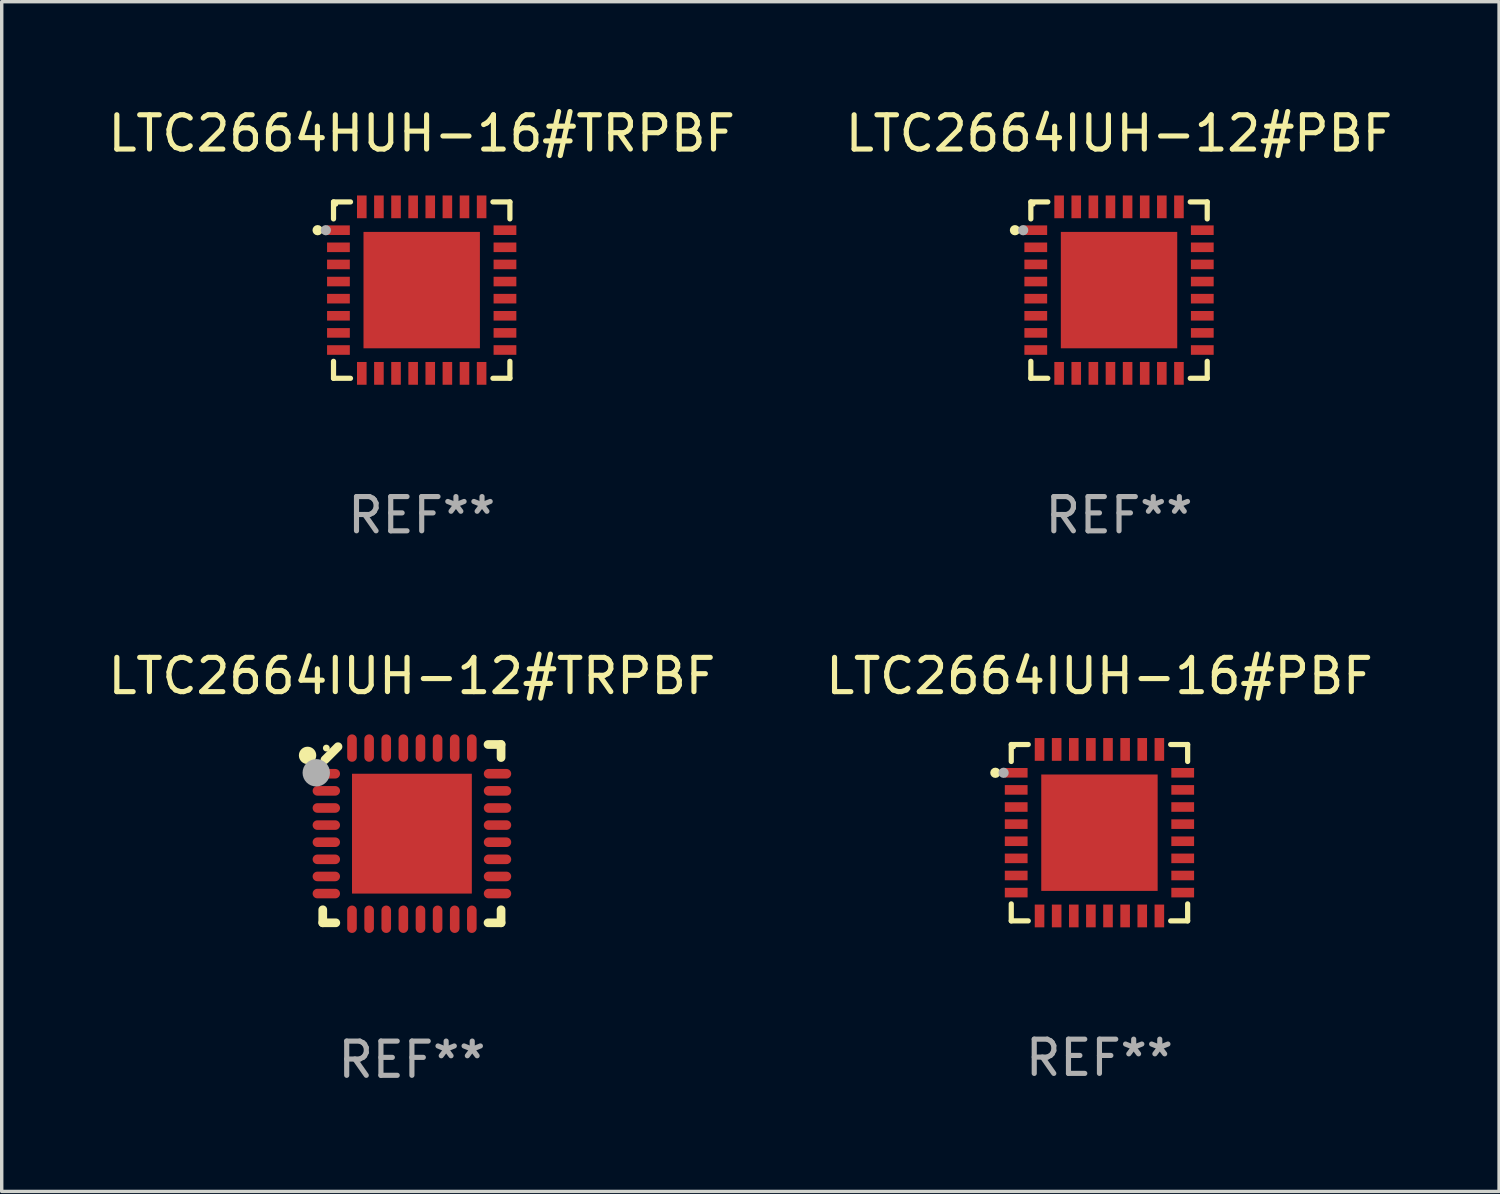
<source format=kicad_pcb>
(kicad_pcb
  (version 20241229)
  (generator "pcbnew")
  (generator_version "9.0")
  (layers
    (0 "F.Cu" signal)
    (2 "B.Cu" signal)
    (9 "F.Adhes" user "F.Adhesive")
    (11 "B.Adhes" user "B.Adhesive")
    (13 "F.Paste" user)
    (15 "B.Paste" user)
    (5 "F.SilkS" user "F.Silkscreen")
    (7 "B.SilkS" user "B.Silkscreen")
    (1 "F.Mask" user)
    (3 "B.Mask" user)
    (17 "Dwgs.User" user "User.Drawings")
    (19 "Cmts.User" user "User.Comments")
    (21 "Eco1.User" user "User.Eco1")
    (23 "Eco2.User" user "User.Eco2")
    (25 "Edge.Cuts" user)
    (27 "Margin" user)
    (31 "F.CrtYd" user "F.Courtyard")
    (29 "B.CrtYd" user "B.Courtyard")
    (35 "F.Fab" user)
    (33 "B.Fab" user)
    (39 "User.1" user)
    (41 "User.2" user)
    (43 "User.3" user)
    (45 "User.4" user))
  (footprint "LTC2664IUH-16#PBF"
    (layer "F.Cu")
    (at 29.065 21.273)
    (property "Reference" "LTC2664IUH-16#PBF" (at 0 -4.576 0) (layer "F.SilkS") (effects (font (size 1 1) (thickness 0.15))))
    (attr through_hole)
    (fp_line (start -2.576 -2.576) (end -2.576 -2.08) (stroke (width 0.152) (type solid)) (layer "F.SilkS"))
    (fp_line (start -2.576 2.576) (end -2.576 2.08) (stroke (width 0.152) (type solid)) (layer "F.SilkS"))
    (fp_line (start -2.08 -2.576) (end -2.576 -2.576) (stroke (width 0.152) (type solid)) (layer "F.SilkS"))
    (fp_line (start -2.08 2.576) (end -2.576 2.576) (stroke (width 0.152) (type solid)) (layer "F.SilkS"))
    (fp_line (start 2.08 -2.576) (end 2.576 -2.576) (stroke (width 0.152) (type solid)) (layer "F.SilkS"))
    (fp_line (start 2.08 2.576) (end 2.576 2.576) (stroke (width 0.152) (type solid)) (layer "F.SilkS"))
    (fp_line (start 2.576 -2.576) (end 2.576 -2.08) (stroke (width 0.152) (type solid)) (layer "F.SilkS"))
    (fp_line (start 2.576 2.576) (end 2.576 2.08) (stroke (width 0.152) (type solid)) (layer "F.SilkS"))
    (fp_circle (center -3.04 -1.75) (end -2.965 -1.75) (stroke (width 0.15) (type solid)) (fill no) (layer "F.SilkS"))
    (fp_circle (center -2.5 -2.5) (end -2.47 -2.5) (stroke (width 0.06) (type solid)) (fill no) (layer "F.SilkS"))
    (fp_circle (center -2.8 -1.75) (end -2.725 -1.75) (stroke (width 0.15) (type solid)) (fill no) (layer "F.Fab"))
    (fp_text user "REF**" (at 0 6.576 0) (layer "F.Fab") (effects (font (size 1 1) (thickness 0.15))))
    (pad "1" smd rect (at -2.432 -1.75) (size 0.665 0.28) (layers "F.Cu" "F.Mask" "F.Paste"))
    (pad "2" smd rect (at -2.432 -1.25) (size 0.665 0.28) (layers "F.Cu" "F.Mask" "F.Paste"))
    (pad "3" smd rect (at -2.432 -0.75) (size 0.665 0.28) (layers "F.Cu" "F.Mask" "F.Paste"))
    (pad "4" smd rect (at -2.432 -0.25) (size 0.665 0.28) (layers "F.Cu" "F.Mask" "F.Paste"))
    (pad "5" smd rect (at -2.432 0.25) (size 0.665 0.28) (layers "F.Cu" "F.Mask" "F.Paste"))
    (pad "6" smd rect (at -2.432 0.75) (size 0.665 0.28) (layers "F.Cu" "F.Mask" "F.Paste"))
    (pad "7" smd rect (at -2.432 1.25) (size 0.665 0.28) (layers "F.Cu" "F.Mask" "F.Paste"))
    (pad "8" smd rect (at -2.432 1.75) (size 0.665 0.28) (layers "F.Cu" "F.Mask" "F.Paste"))
    (pad "9" smd rect (at -1.75 2.432) (size 0.28 0.665) (layers "F.Cu" "F.Mask" "F.Paste"))
    (pad "10" smd rect (at -1.25 2.432) (size 0.28 0.665) (layers "F.Cu" "F.Mask" "F.Paste"))
    (pad "11" smd rect (at -0.75 2.432) (size 0.28 0.665) (layers "F.Cu" "F.Mask" "F.Paste"))
    (pad "12" smd rect (at -0.25 2.432) (size 0.28 0.665) (layers "F.Cu" "F.Mask" "F.Paste"))
    (pad "13" smd rect (at 0.25 2.432) (size 0.28 0.665) (layers "F.Cu" "F.Mask" "F.Paste"))
    (pad "14" smd rect (at 0.75 2.432) (size 0.28 0.665) (layers "F.Cu" "F.Mask" "F.Paste"))
    (pad "15" smd rect (at 1.25 2.432) (size 0.28 0.665) (layers "F.Cu" "F.Mask" "F.Paste"))
    (pad "16" smd rect (at 1.75 2.432) (size 0.28 0.665) (layers "F.Cu" "F.Mask" "F.Paste"))
    (pad "17" smd rect (at 2.432 1.75) (size 0.665 0.28) (layers "F.Cu" "F.Mask" "F.Paste"))
    (pad "18" smd rect (at 2.432 1.25) (size 0.665 0.28) (layers "F.Cu" "F.Mask" "F.Paste"))
    (pad "19" smd rect (at 2.432 0.75) (size 0.665 0.28) (layers "F.Cu" "F.Mask" "F.Paste"))
    (pad "20" smd rect (at 2.432 0.25) (size 0.665 0.28) (layers "F.Cu" "F.Mask" "F.Paste"))
    (pad "21" smd rect (at 2.432 -0.25) (size 0.665 0.28) (layers "F.Cu" "F.Mask" "F.Paste"))
    (pad "22" smd rect (at 2.432 -0.75) (size 0.665 0.28) (layers "F.Cu" "F.Mask" "F.Paste"))
    (pad "23" smd rect (at 2.432 -1.25) (size 0.665 0.28) (layers "F.Cu" "F.Mask" "F.Paste"))
    (pad "24" smd rect (at 2.432 -1.75) (size 0.665 0.28) (layers "F.Cu" "F.Mask" "F.Paste"))
    (pad "25" smd rect (at 1.75 -2.432) (size 0.28 0.665) (layers "F.Cu" "F.Mask" "F.Paste"))
    (pad "26" smd rect (at 1.25 -2.432) (size 0.28 0.665) (layers "F.Cu" "F.Mask" "F.Paste"))
    (pad "27" smd rect (at 0.75 -2.432) (size 0.28 0.665) (layers "F.Cu" "F.Mask" "F.Paste"))
    (pad "28" smd rect (at 0.25 -2.432) (size 0.28 0.665) (layers "F.Cu" "F.Mask" "F.Paste"))
    (pad "29" smd rect (at -0.25 -2.432) (size 0.28 0.665) (layers "F.Cu" "F.Mask" "F.Paste"))
    (pad "30" smd rect (at -0.75 -2.432) (size 0.28 0.665) (layers "F.Cu" "F.Mask" "F.Paste"))
    (pad "31" smd rect (at -1.25 -2.432) (size 0.28 0.665) (layers "F.Cu" "F.Mask" "F.Paste"))
    (pad "32" smd rect (at -1.75 -2.432) (size 0.28 0.665) (layers "F.Cu" "F.Mask" "F.Paste"))
    (pad "33" smd rect (at 0 0) (size 3.4 3.4) (layers "F.Cu" "F.Mask" "F.Paste")))
  (footprint "LTC2664HUH-16#TRPBF"
    (layer "F.Cu")
    (at 9.268 5.424)
    (property "Reference" "LTC2664HUH-16#TRPBF" (at 0 -4.576 0) (layer "F.SilkS") (effects (font (size 1 1) (thickness 0.15))))
    (attr through_hole)
    (fp_line (start -2.576 -2.576) (end -2.576 -2.08) (stroke (width 0.152) (type solid)) (layer "F.SilkS"))
    (fp_line (start -2.576 2.576) (end -2.576 2.08) (stroke (width 0.152) (type solid)) (layer "F.SilkS"))
    (fp_line (start -2.08 -2.576) (end -2.576 -2.576) (stroke (width 0.152) (type solid)) (layer "F.SilkS"))
    (fp_line (start -2.08 2.576) (end -2.576 2.576) (stroke (width 0.152) (type solid)) (layer "F.SilkS"))
    (fp_line (start 2.08 -2.576) (end 2.576 -2.576) (stroke (width 0.152) (type solid)) (layer "F.SilkS"))
    (fp_line (start 2.08 2.576) (end 2.576 2.576) (stroke (width 0.152) (type solid)) (layer "F.SilkS"))
    (fp_line (start 2.576 -2.576) (end 2.576 -2.08) (stroke (width 0.152) (type solid)) (layer "F.SilkS"))
    (fp_line (start 2.576 2.576) (end 2.576 2.08) (stroke (width 0.152) (type solid)) (layer "F.SilkS"))
    (fp_circle (center -3.04 -1.75) (end -2.965 -1.75) (stroke (width 0.15) (type solid)) (fill no) (layer "F.SilkS"))
    (fp_circle (center -2.5 -2.5) (end -2.47 -2.5) (stroke (width 0.06) (type solid)) (fill no) (layer "F.SilkS"))
    (fp_circle (center -2.8 -1.75) (end -2.725 -1.75) (stroke (width 0.15) (type solid)) (fill no) (layer "F.Fab"))
    (fp_text user "REF**" (at 0 6.576 0) (layer "F.Fab") (effects (font (size 1 1) (thickness 0.15))))
    (pad "1" smd rect (at -2.432 -1.75) (size 0.665 0.28) (layers "F.Cu" "F.Mask" "F.Paste"))
    (pad "2" smd rect (at -2.432 -1.25) (size 0.665 0.28) (layers "F.Cu" "F.Mask" "F.Paste"))
    (pad "3" smd rect (at -2.432 -0.75) (size 0.665 0.28) (layers "F.Cu" "F.Mask" "F.Paste"))
    (pad "4" smd rect (at -2.432 -0.25) (size 0.665 0.28) (layers "F.Cu" "F.Mask" "F.Paste"))
    (pad "5" smd rect (at -2.432 0.25) (size 0.665 0.28) (layers "F.Cu" "F.Mask" "F.Paste"))
    (pad "6" smd rect (at -2.432 0.75) (size 0.665 0.28) (layers "F.Cu" "F.Mask" "F.Paste"))
    (pad "7" smd rect (at -2.432 1.25) (size 0.665 0.28) (layers "F.Cu" "F.Mask" "F.Paste"))
    (pad "8" smd rect (at -2.432 1.75) (size 0.665 0.28) (layers "F.Cu" "F.Mask" "F.Paste"))
    (pad "9" smd rect (at -1.75 2.432) (size 0.28 0.665) (layers "F.Cu" "F.Mask" "F.Paste"))
    (pad "10" smd rect (at -1.25 2.432) (size 0.28 0.665) (layers "F.Cu" "F.Mask" "F.Paste"))
    (pad "11" smd rect (at -0.75 2.432) (size 0.28 0.665) (layers "F.Cu" "F.Mask" "F.Paste"))
    (pad "12" smd rect (at -0.25 2.432) (size 0.28 0.665) (layers "F.Cu" "F.Mask" "F.Paste"))
    (pad "13" smd rect (at 0.25 2.432) (size 0.28 0.665) (layers "F.Cu" "F.Mask" "F.Paste"))
    (pad "14" smd rect (at 0.75 2.432) (size 0.28 0.665) (layers "F.Cu" "F.Mask" "F.Paste"))
    (pad "15" smd rect (at 1.25 2.432) (size 0.28 0.665) (layers "F.Cu" "F.Mask" "F.Paste"))
    (pad "16" smd rect (at 1.75 2.432) (size 0.28 0.665) (layers "F.Cu" "F.Mask" "F.Paste"))
    (pad "17" smd rect (at 2.432 1.75) (size 0.665 0.28) (layers "F.Cu" "F.Mask" "F.Paste"))
    (pad "18" smd rect (at 2.432 1.25) (size 0.665 0.28) (layers "F.Cu" "F.Mask" "F.Paste"))
    (pad "19" smd rect (at 2.432 0.75) (size 0.665 0.28) (layers "F.Cu" "F.Mask" "F.Paste"))
    (pad "20" smd rect (at 2.432 0.25) (size 0.665 0.28) (layers "F.Cu" "F.Mask" "F.Paste"))
    (pad "21" smd rect (at 2.432 -0.25) (size 0.665 0.28) (layers "F.Cu" "F.Mask" "F.Paste"))
    (pad "22" smd rect (at 2.432 -0.75) (size 0.665 0.28) (layers "F.Cu" "F.Mask" "F.Paste"))
    (pad "23" smd rect (at 2.432 -1.25) (size 0.665 0.28) (layers "F.Cu" "F.Mask" "F.Paste"))
    (pad "24" smd rect (at 2.432 -1.75) (size 0.665 0.28) (layers "F.Cu" "F.Mask" "F.Paste"))
    (pad "25" smd rect (at 1.75 -2.432) (size 0.28 0.665) (layers "F.Cu" "F.Mask" "F.Paste"))
    (pad "26" smd rect (at 1.25 -2.432) (size 0.28 0.665) (layers "F.Cu" "F.Mask" "F.Paste"))
    (pad "27" smd rect (at 0.75 -2.432) (size 0.28 0.665) (layers "F.Cu" "F.Mask" "F.Paste"))
    (pad "28" smd rect (at 0.25 -2.432) (size 0.28 0.665) (layers "F.Cu" "F.Mask" "F.Paste"))
    (pad "29" smd rect (at -0.25 -2.432) (size 0.28 0.665) (layers "F.Cu" "F.Mask" "F.Paste"))
    (pad "30" smd rect (at -0.75 -2.432) (size 0.28 0.665) (layers "F.Cu" "F.Mask" "F.Paste"))
    (pad "31" smd rect (at -1.25 -2.432) (size 0.28 0.665) (layers "F.Cu" "F.Mask" "F.Paste"))
    (pad "32" smd rect (at -1.75 -2.432) (size 0.28 0.665) (layers "F.Cu" "F.Mask" "F.Paste"))
    (pad "33" smd rect (at 0 0) (size 3.4 3.4) (layers "F.Cu" "F.Mask" "F.Paste")))
  (footprint "LTC2664IUH-12#TRPBF"
    (layer "F.Cu")
    (at 8.982 21.301)
    (property "Reference" "LTC2664IUH-12#TRPBF" (at 0 -4.604 0) (layer "F.SilkS") (effects (font (size 1 1) (thickness 0.15))))
    (attr through_hole)
    (fp_line (start -2.604 2.223) (end -2.604 2.604) (stroke (width 0.254) (type solid)) (layer "F.SilkS"))
    (fp_line (start -2.604 2.604) (end -2.223 2.604) (stroke (width 0.254) (type solid)) (layer "F.SilkS"))
    (fp_line (start -2.159 -2.54) (end -2.54 -2.159) (stroke (width 0.254) (type solid)) (layer "F.SilkS"))
    (fp_line (start 2.223 2.604) (end 2.604 2.604) (stroke (width 0.254) (type solid)) (layer "F.SilkS"))
    (fp_line (start 2.604 -2.604) (end 2.223 -2.604) (stroke (width 0.254) (type solid)) (layer "F.SilkS"))
    (fp_line (start 2.604 -2.223) (end 2.604 -2.604) (stroke (width 0.254) (type solid)) (layer "F.SilkS"))
    (fp_line (start 2.604 2.604) (end 2.604 2.223) (stroke (width 0.254) (type solid)) (layer "F.SilkS"))
    (fp_circle (center -3.048 -2.286) (end -2.921 -2.286) (stroke (width 0.254) (type solid)) (fill no) (layer "F.SilkS"))
    (fp_circle (center -2.5 -2.5) (end -2.45 -2.5) (stroke (width 0.1) (type solid)) (fill no) (layer "F.SilkS"))
    (fp_circle (center -2.794 -1.778) (end -2.594 -1.778) (stroke (width 0.4) (type solid)) (fill no) (layer "F.Fab"))
    (fp_text user "REF**" (at 0 6.604 0) (layer "F.Fab") (effects (font (size 1 1) (thickness 0.15))))
    (pad "1" smd oval (at -2.5 -1.75) (size 0.8 0.28) (layers "F.Cu" "F.Mask" "F.Paste"))
    (pad "2" smd oval (at -2.5 -1.25) (size 0.8 0.28) (layers "F.Cu" "F.Mask" "F.Paste"))
    (pad "3" smd oval (at -2.5 -0.75) (size 0.8 0.28) (layers "F.Cu" "F.Mask" "F.Paste"))
    (pad "4" smd oval (at -2.5 -0.25) (size 0.8 0.28) (layers "F.Cu" "F.Mask" "F.Paste"))
    (pad "5" smd oval (at -2.5 0.25) (size 0.8 0.28) (layers "F.Cu" "F.Mask" "F.Paste"))
    (pad "6" smd oval (at -2.5 0.75) (size 0.8 0.28) (layers "F.Cu" "F.Mask" "F.Paste"))
    (pad "7" smd oval (at -2.5 1.25) (size 0.8 0.28) (layers "F.Cu" "F.Mask" "F.Paste"))
    (pad "8" smd oval (at -2.5 1.75) (size 0.8 0.28) (layers "F.Cu" "F.Mask" "F.Paste"))
    (pad "9" smd oval (at -1.75 2.5) (size 0.28 0.8) (layers "F.Cu" "F.Mask" "F.Paste"))
    (pad "10" smd oval (at -1.25 2.5) (size 0.28 0.8) (layers "F.Cu" "F.Mask" "F.Paste"))
    (pad "11" smd oval (at -0.75 2.5) (size 0.28 0.8) (layers "F.Cu" "F.Mask" "F.Paste"))
    (pad "12" smd oval (at -0.25 2.5) (size 0.28 0.8) (layers "F.Cu" "F.Mask" "F.Paste"))
    (pad "13" smd oval (at 0.25 2.5) (size 0.28 0.8) (layers "F.Cu" "F.Mask" "F.Paste"))
    (pad "14" smd oval (at 0.75 2.5) (size 0.28 0.8) (layers "F.Cu" "F.Mask" "F.Paste"))
    (pad "15" smd oval (at 1.25 2.5) (size 0.28 0.8) (layers "F.Cu" "F.Mask" "F.Paste"))
    (pad "16" smd oval (at 1.75 2.5) (size 0.28 0.8) (layers "F.Cu" "F.Mask" "F.Paste"))
    (pad "17" smd oval (at 2.5 1.75) (size 0.8 0.28) (layers "F.Cu" "F.Mask" "F.Paste"))
    (pad "18" smd oval (at 2.5 1.25) (size 0.8 0.28) (layers "F.Cu" "F.Mask" "F.Paste"))
    (pad "19" smd oval (at 2.5 0.75) (size 0.8 0.28) (layers "F.Cu" "F.Mask" "F.Paste"))
    (pad "20" smd oval (at 2.5 0.25) (size 0.8 0.28) (layers "F.Cu" "F.Mask" "F.Paste"))
    (pad "21" smd oval (at 2.5 -0.25) (size 0.8 0.28) (layers "F.Cu" "F.Mask" "F.Paste"))
    (pad "22" smd oval (at 2.5 -0.75) (size 0.8 0.28) (layers "F.Cu" "F.Mask" "F.Paste"))
    (pad "23" smd oval (at 2.5 -1.25) (size 0.8 0.28) (layers "F.Cu" "F.Mask" "F.Paste"))
    (pad "24" smd oval (at 2.5 -1.75) (size 0.8 0.28) (layers "F.Cu" "F.Mask" "F.Paste"))
    (pad "25" smd oval (at 1.75 -2.5) (size 0.28 0.8) (layers "F.Cu" "F.Mask" "F.Paste"))
    (pad "26" smd oval (at 1.25 -2.5) (size 0.28 0.8) (layers "F.Cu" "F.Mask" "F.Paste"))
    (pad "27" smd oval (at 0.75 -2.5) (size 0.28 0.8) (layers "F.Cu" "F.Mask" "F.Paste"))
    (pad "28" smd oval (at 0.25 -2.5) (size 0.28 0.8) (layers "F.Cu" "F.Mask" "F.Paste"))
    (pad "29" smd oval (at -0.25 -2.5) (size 0.28 0.8) (layers "F.Cu" "F.Mask" "F.Paste"))
    (pad "30" smd oval (at -0.75 -2.5) (size 0.28 0.8) (layers "F.Cu" "F.Mask" "F.Paste"))
    (pad "31" smd oval (at -1.25 -2.5) (size 0.28 0.8) (layers "F.Cu" "F.Mask" "F.Paste"))
    (pad "32" smd oval (at -1.75 -2.5) (size 0.28 0.8) (layers "F.Cu" "F.Mask" "F.Paste"))
    (pad "33" smd rect (at 0.000076 0.000076) (size 3.5 3.5) (layers "F.Cu" "F.Mask" "F.Paste")))
  (footprint "LTC2664IUH-12#PBF"
    (layer "F.Cu")
    (at 29.637 5.424)
    (property "Reference" "LTC2664IUH-12#PBF" (at 0 -4.576 0) (layer "F.SilkS") (effects (font (size 1 1) (thickness 0.15))))
    (attr through_hole)
    (fp_line (start -2.576 -2.576) (end -2.576 -2.08) (stroke (width 0.152) (type solid)) (layer "F.SilkS"))
    (fp_line (start -2.576 2.576) (end -2.576 2.08) (stroke (width 0.152) (type solid)) (layer "F.SilkS"))
    (fp_line (start -2.08 -2.576) (end -2.576 -2.576) (stroke (width 0.152) (type solid)) (layer "F.SilkS"))
    (fp_line (start -2.08 2.576) (end -2.576 2.576) (stroke (width 0.152) (type solid)) (layer "F.SilkS"))
    (fp_line (start 2.08 -2.576) (end 2.576 -2.576) (stroke (width 0.152) (type solid)) (layer "F.SilkS"))
    (fp_line (start 2.08 2.576) (end 2.576 2.576) (stroke (width 0.152) (type solid)) (layer "F.SilkS"))
    (fp_line (start 2.576 -2.576) (end 2.576 -2.08) (stroke (width 0.152) (type solid)) (layer "F.SilkS"))
    (fp_line (start 2.576 2.576) (end 2.576 2.08) (stroke (width 0.152) (type solid)) (layer "F.SilkS"))
    (fp_circle (center -3.04 -1.75) (end -2.965 -1.75) (stroke (width 0.15) (type solid)) (fill no) (layer "F.SilkS"))
    (fp_circle (center -2.5 -2.5) (end -2.47 -2.5) (stroke (width 0.06) (type solid)) (fill no) (layer "F.SilkS"))
    (fp_circle (center -2.8 -1.75) (end -2.725 -1.75) (stroke (width 0.15) (type solid)) (fill no) (layer "F.Fab"))
    (fp_text user "REF**" (at 0 6.576 0) (layer "F.Fab") (effects (font (size 1 1) (thickness 0.15))))
    (pad "1" smd rect (at -2.432 -1.75) (size 0.665 0.28) (layers "F.Cu" "F.Mask" "F.Paste"))
    (pad "2" smd rect (at -2.432 -1.25) (size 0.665 0.28) (layers "F.Cu" "F.Mask" "F.Paste"))
    (pad "3" smd rect (at -2.432 -0.75) (size 0.665 0.28) (layers "F.Cu" "F.Mask" "F.Paste"))
    (pad "4" smd rect (at -2.432 -0.25) (size 0.665 0.28) (layers "F.Cu" "F.Mask" "F.Paste"))
    (pad "5" smd rect (at -2.432 0.25) (size 0.665 0.28) (layers "F.Cu" "F.Mask" "F.Paste"))
    (pad "6" smd rect (at -2.432 0.75) (size 0.665 0.28) (layers "F.Cu" "F.Mask" "F.Paste"))
    (pad "7" smd rect (at -2.432 1.25) (size 0.665 0.28) (layers "F.Cu" "F.Mask" "F.Paste"))
    (pad "8" smd rect (at -2.432 1.75) (size 0.665 0.28) (layers "F.Cu" "F.Mask" "F.Paste"))
    (pad "9" smd rect (at -1.75 2.432) (size 0.28 0.665) (layers "F.Cu" "F.Mask" "F.Paste"))
    (pad "10" smd rect (at -1.25 2.432) (size 0.28 0.665) (layers "F.Cu" "F.Mask" "F.Paste"))
    (pad "11" smd rect (at -0.75 2.432) (size 0.28 0.665) (layers "F.Cu" "F.Mask" "F.Paste"))
    (pad "12" smd rect (at -0.25 2.432) (size 0.28 0.665) (layers "F.Cu" "F.Mask" "F.Paste"))
    (pad "13" smd rect (at 0.25 2.432) (size 0.28 0.665) (layers "F.Cu" "F.Mask" "F.Paste"))
    (pad "14" smd rect (at 0.75 2.432) (size 0.28 0.665) (layers "F.Cu" "F.Mask" "F.Paste"))
    (pad "15" smd rect (at 1.25 2.432) (size 0.28 0.665) (layers "F.Cu" "F.Mask" "F.Paste"))
    (pad "16" smd rect (at 1.75 2.432) (size 0.28 0.665) (layers "F.Cu" "F.Mask" "F.Paste"))
    (pad "17" smd rect (at 2.432 1.75) (size 0.665 0.28) (layers "F.Cu" "F.Mask" "F.Paste"))
    (pad "18" smd rect (at 2.432 1.25) (size 0.665 0.28) (layers "F.Cu" "F.Mask" "F.Paste"))
    (pad "19" smd rect (at 2.432 0.75) (size 0.665 0.28) (layers "F.Cu" "F.Mask" "F.Paste"))
    (pad "20" smd rect (at 2.432 0.25) (size 0.665 0.28) (layers "F.Cu" "F.Mask" "F.Paste"))
    (pad "21" smd rect (at 2.432 -0.25) (size 0.665 0.28) (layers "F.Cu" "F.Mask" "F.Paste"))
    (pad "22" smd rect (at 2.432 -0.75) (size 0.665 0.28) (layers "F.Cu" "F.Mask" "F.Paste"))
    (pad "23" smd rect (at 2.432 -1.25) (size 0.665 0.28) (layers "F.Cu" "F.Mask" "F.Paste"))
    (pad "24" smd rect (at 2.432 -1.75) (size 0.665 0.28) (layers "F.Cu" "F.Mask" "F.Paste"))
    (pad "25" smd rect (at 1.75 -2.432) (size 0.28 0.665) (layers "F.Cu" "F.Mask" "F.Paste"))
    (pad "26" smd rect (at 1.25 -2.432) (size 0.28 0.665) (layers "F.Cu" "F.Mask" "F.Paste"))
    (pad "27" smd rect (at 0.75 -2.432) (size 0.28 0.665) (layers "F.Cu" "F.Mask" "F.Paste"))
    (pad "28" smd rect (at 0.25 -2.432) (size 0.28 0.665) (layers "F.Cu" "F.Mask" "F.Paste"))
    (pad "29" smd rect (at -0.25 -2.432) (size 0.28 0.665) (layers "F.Cu" "F.Mask" "F.Paste"))
    (pad "30" smd rect (at -0.75 -2.432) (size 0.28 0.665) (layers "F.Cu" "F.Mask" "F.Paste"))
    (pad "31" smd rect (at -1.25 -2.432) (size 0.28 0.665) (layers "F.Cu" "F.Mask" "F.Paste"))
    (pad "32" smd rect (at -1.75 -2.432) (size 0.28 0.665) (layers "F.Cu" "F.Mask" "F.Paste"))
    (pad "33" smd rect (at 0 0) (size 3.4 3.4) (layers "F.Cu" "F.Mask" "F.Paste")))
  (gr_rect
    (start -3 -3)
    (end 40.738 31.752)
    (stroke (width 0.1) (type default))
    (fill no)
    (layer "Edge.Cuts")))
</source>
